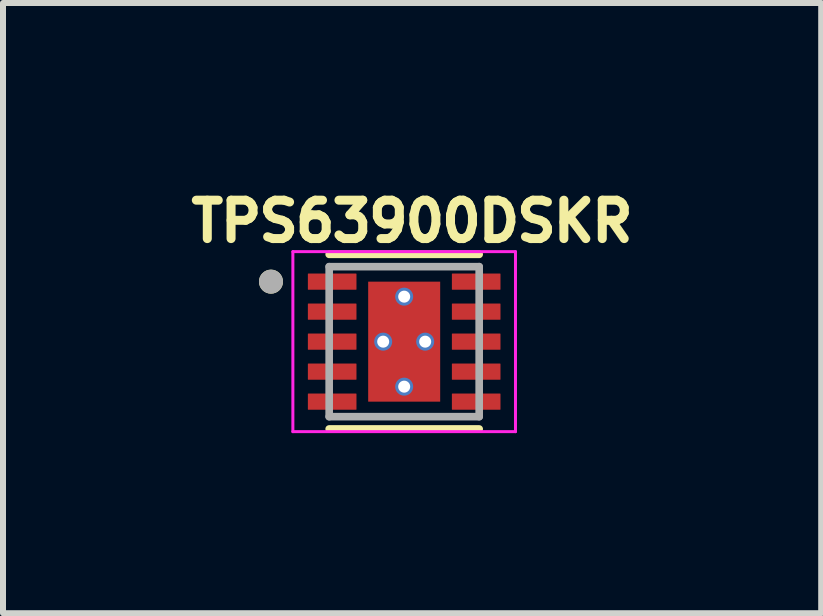
<source format=kicad_pcb>
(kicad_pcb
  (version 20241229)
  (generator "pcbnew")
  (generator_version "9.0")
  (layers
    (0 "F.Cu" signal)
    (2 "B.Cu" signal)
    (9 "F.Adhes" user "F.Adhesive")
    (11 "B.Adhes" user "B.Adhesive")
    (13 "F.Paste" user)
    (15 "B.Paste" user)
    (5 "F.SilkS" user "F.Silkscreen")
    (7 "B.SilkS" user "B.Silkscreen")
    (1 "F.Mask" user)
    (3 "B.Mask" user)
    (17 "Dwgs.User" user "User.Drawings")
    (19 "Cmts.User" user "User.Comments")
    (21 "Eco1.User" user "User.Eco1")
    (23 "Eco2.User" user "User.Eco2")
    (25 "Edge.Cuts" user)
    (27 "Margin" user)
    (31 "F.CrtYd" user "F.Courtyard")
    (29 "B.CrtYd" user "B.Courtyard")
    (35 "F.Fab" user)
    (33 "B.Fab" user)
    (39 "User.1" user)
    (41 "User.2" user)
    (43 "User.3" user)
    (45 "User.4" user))
  (footprint "TPS63900DSKR"
    (layer "F.Cu")
    (at 3.686 2.644)
    (property "Reference" "TPS63900DSKR" (at 0.132 -2.006 0) (layer "F.SilkS") (effects (font (size 0.64 0.64) (thickness 0.15))))
    (attr through_hole)
    (fp_line (start -1.25 -1.455) (end 1.25 -1.455) (stroke (width 0.127) (type solid)) (layer "F.SilkS"))
    (fp_line (start -1.25 1.455) (end 1.25 1.455) (stroke (width 0.127) (type solid)) (layer "F.SilkS"))
    (fp_circle (center -2.22 -1) (end -2.12 -1) (stroke (width 0.2) (type solid)) (fill no) (layer "F.SilkS"))
    (fp_poly (pts (xy -0.379 -0.632) (xy 0.379 -0.632) (xy 0.379 0.632) (xy -0.379 0.632)) (stroke (width 0.01) (type solid)) (fill yes) (layer "F.Paste"))
    (fp_line (start -1.855 -1.5) (end -1.855 1.5) (stroke (width 0.05) (type solid)) (layer "F.CrtYd"))
    (fp_line (start -1.855 -1.5) (end 1.855 -1.5) (stroke (width 0.05) (type solid)) (layer "F.CrtYd"))
    (fp_line (start -1.855 1.5) (end 1.855 1.5) (stroke (width 0.05) (type solid)) (layer "F.CrtYd"))
    (fp_line (start 1.855 -1.5) (end 1.855 1.5) (stroke (width 0.05) (type solid)) (layer "F.CrtYd"))
    (fp_line (start -1.25 -1.25) (end -1.25 1.25) (stroke (width 0.127) (type solid)) (layer "F.Fab"))
    (fp_line (start -1.25 -1.25) (end 1.25 -1.25) (stroke (width 0.127) (type solid)) (layer "F.Fab"))
    (fp_line (start -1.25 1.25) (end 1.25 1.25) (stroke (width 0.127) (type solid)) (layer "F.Fab"))
    (fp_line (start 1.25 -1.25) (end 1.25 1.25) (stroke (width 0.127) (type solid)) (layer "F.Fab"))
    (fp_circle (center -2.22 -1) (end -2.12 -1) (stroke (width 0.2) (type solid)) (fill no) (layer "F.Fab"))
    (pad "1" smd roundrect (at -1.2 -1) (size 0.81 0.27) (layers "F.Cu" "F.Mask" "F.Paste") (roundrect_rratio 0.03))
    (pad "2" smd roundrect (at -1.2 -0.5) (size 0.81 0.27) (layers "F.Cu" "F.Mask" "F.Paste") (roundrect_rratio 0.03))
    (pad "3" smd roundrect (at -1.2 0) (size 0.81 0.27) (layers "F.Cu" "F.Mask" "F.Paste") (roundrect_rratio 0.03))
    (pad "4" smd roundrect (at -1.2 0.5) (size 0.81 0.27) (layers "F.Cu" "F.Mask" "F.Paste") (roundrect_rratio 0.03))
    (pad "5" smd roundrect (at -1.2 1) (size 0.81 0.27) (layers "F.Cu" "F.Mask" "F.Paste") (roundrect_rratio 0.03))
    (pad "6" smd roundrect (at 1.2 1) (size 0.81 0.27) (layers "F.Cu" "F.Mask" "F.Paste") (roundrect_rratio 0.03))
    (pad "7" smd roundrect (at 1.2 0.5) (size 0.81 0.27) (layers "F.Cu" "F.Mask" "F.Paste") (roundrect_rratio 0.03))
    (pad "8" smd roundrect (at 1.2 0) (size 0.81 0.27) (layers "F.Cu" "F.Mask" "F.Paste") (roundrect_rratio 0.03))
    (pad "9" smd roundrect (at 1.2 -0.5) (size 0.81 0.27) (layers "F.Cu" "F.Mask" "F.Paste") (roundrect_rratio 0.03))
    (pad "10" smd roundrect (at 1.2 -1) (size 0.81 0.27) (layers "F.Cu" "F.Mask" "F.Paste") (roundrect_rratio 0.03))
    (pad "11" smd rect (at 0 0) (size 1.2 2) (layers "F.Cu" "F.Mask"))
    (pad "12" thru_hole circle (at 0.35 0) (size 0.3 0.3) (drill 0.2) (layers "*.Cu"))
    (pad "13" thru_hole circle (at -0.35 0) (size 0.3 0.3) (drill 0.2) (layers "*.Cu"))
    (pad "14" thru_hole circle (at 0 -0.75) (size 0.3 0.3) (drill 0.2) (layers "*.Cu"))
    (pad "15" thru_hole circle (at 0 0.75) (size 0.3 0.3) (drill 0.2) (layers "*.Cu")))
  (gr_rect
    (start -3 -3)
    (end 10.636 7.169)
    (stroke (width 0.1) (type default))
    (fill no)
    (layer "Edge.Cuts")))
</source>
